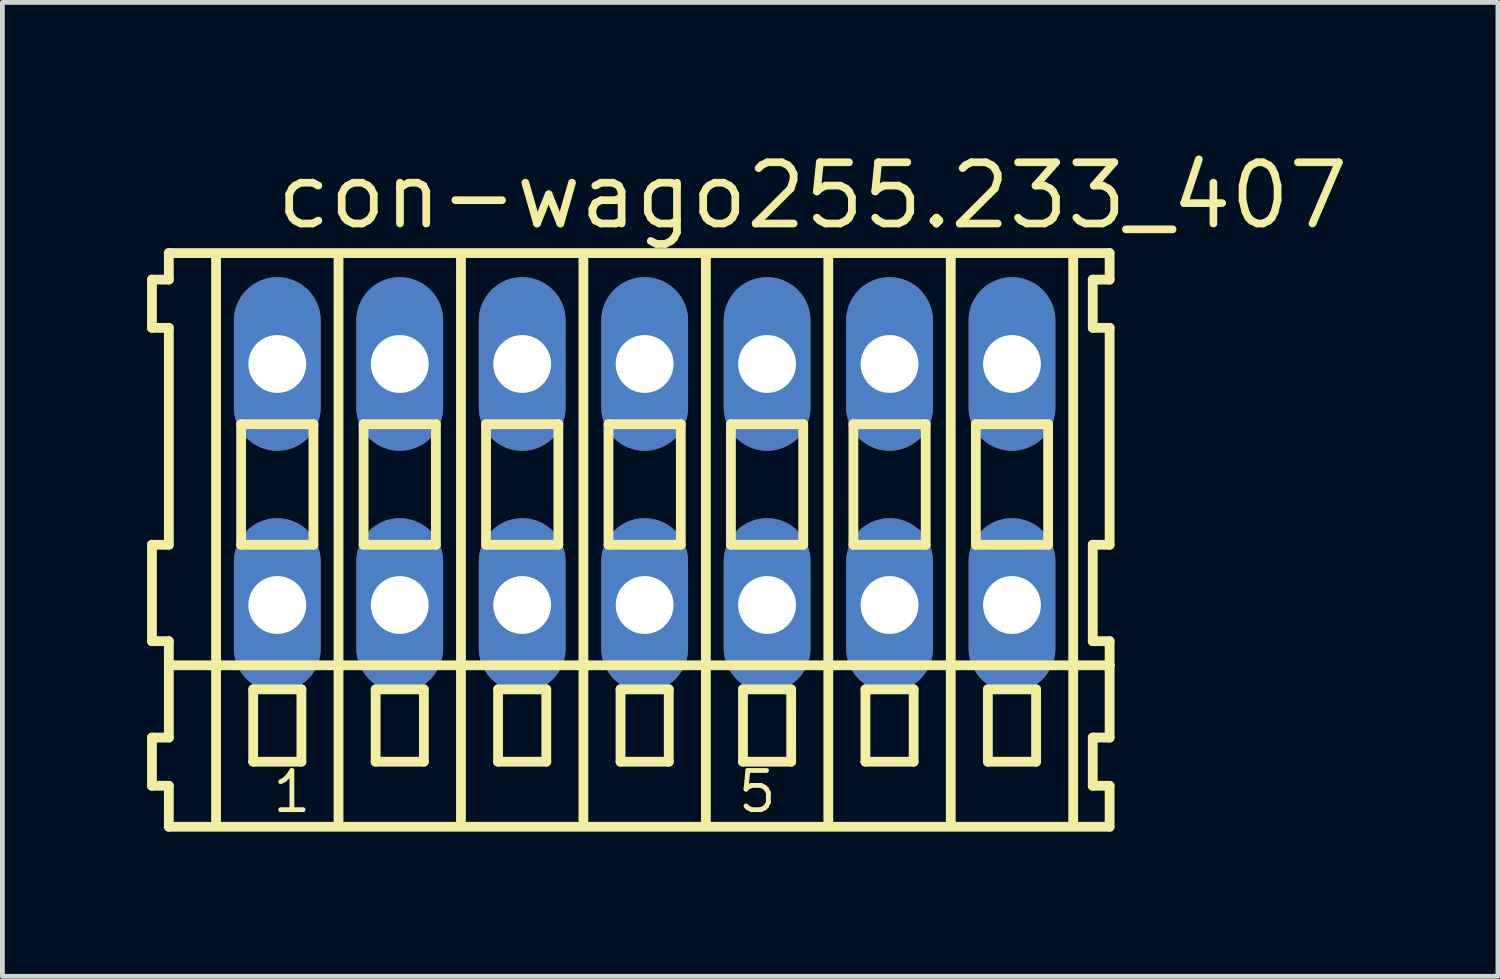
<source format=kicad_pcb>
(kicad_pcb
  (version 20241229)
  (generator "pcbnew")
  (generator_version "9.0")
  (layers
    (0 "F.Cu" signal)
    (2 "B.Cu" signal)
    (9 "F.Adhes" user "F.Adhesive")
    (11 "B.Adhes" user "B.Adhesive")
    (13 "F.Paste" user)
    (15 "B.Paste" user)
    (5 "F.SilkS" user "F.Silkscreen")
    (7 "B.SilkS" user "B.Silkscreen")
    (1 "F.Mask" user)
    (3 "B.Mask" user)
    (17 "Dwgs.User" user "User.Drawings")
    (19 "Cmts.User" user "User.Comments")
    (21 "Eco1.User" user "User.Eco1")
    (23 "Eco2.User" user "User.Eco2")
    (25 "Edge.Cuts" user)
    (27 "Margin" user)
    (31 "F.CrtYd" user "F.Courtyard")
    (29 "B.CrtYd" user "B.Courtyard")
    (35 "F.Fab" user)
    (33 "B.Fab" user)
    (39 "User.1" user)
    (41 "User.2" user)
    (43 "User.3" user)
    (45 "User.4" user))
  (footprint "con-wago255.233_407"
    (layer "F.Cu")
    (at 10.322 7)
    (property "Reference" "con-wago255.233_407" (at -7.72 -5.25 0) (layer "F.SilkS") (effects (font (size 1.27 1.27) (thickness 0.16)) (justify left bottom)))
    (attr through_hole)
    (fp_line (start -10.22 -4.25) (end -10.22 -3.25) (stroke (width 0.203) (type default)) (layer "F.SilkS"))
    (fp_line (start -10.22 -3.25) (end -9.87 -3.25) (stroke (width 0.203) (type default)) (layer "F.SilkS"))
    (fp_line (start -10.22 1.25) (end -10.22 3.25) (stroke (width 0.203) (type default)) (layer "F.SilkS"))
    (fp_line (start -10.22 3.25) (end -9.87 3.25) (stroke (width 0.203) (type default)) (layer "F.SilkS"))
    (fp_line (start -10.22 5.25) (end -10.22 6.25) (stroke (width 0.203) (type default)) (layer "F.SilkS"))
    (fp_line (start -10.22 6.25) (end -9.87 6.25) (stroke (width 0.203) (type default)) (layer "F.SilkS"))
    (fp_line (start -9.87 -4.8) (end -9.87 -4.25) (stroke (width 0.203) (type default)) (layer "F.SilkS"))
    (fp_line (start -9.87 -4.25) (end -10.22 -4.25) (stroke (width 0.203) (type default)) (layer "F.SilkS"))
    (fp_line (start -9.87 -3.25) (end -9.87 1.25) (stroke (width 0.203) (type default)) (layer "F.SilkS"))
    (fp_line (start -9.87 1.25) (end -10.22 1.25) (stroke (width 0.203) (type default)) (layer "F.SilkS"))
    (fp_line (start -9.87 3.25) (end -9.87 5.25) (stroke (width 0.203) (type default)) (layer "F.SilkS"))
    (fp_line (start -9.87 3.75) (end 9.645 3.75) (stroke (width 0.203) (type default)) (layer "F.SilkS"))
    (fp_line (start -9.87 5.25) (end -10.22 5.25) (stroke (width 0.203) (type default)) (layer "F.SilkS"))
    (fp_line (start -9.87 6.25) (end -9.87 7.1) (stroke (width 0.203) (type default)) (layer "F.SilkS"))
    (fp_line (start -9.87 7.1) (end 9.645 7.1) (stroke (width 0.203) (type default)) (layer "F.SilkS"))
    (fp_line (start -8.89 6.985) (end -8.89 -4.699) (stroke (width 0.203) (type default)) (layer "F.SilkS"))
    (fp_line (start -8.37 -1.25) (end -8.37 1.25) (stroke (width 0.203) (type default)) (layer "F.SilkS"))
    (fp_line (start -8.37 1.25) (end -6.87 1.25) (stroke (width 0.203) (type default)) (layer "F.SilkS"))
    (fp_line (start -8.12 4.25) (end -8.12 5.75) (stroke (width 0.203) (type default)) (layer "F.SilkS"))
    (fp_line (start -8.12 5.75) (end -7.12 5.75) (stroke (width 0.203) (type default)) (layer "F.SilkS"))
    (fp_line (start -7.12 4.25) (end -8.12 4.25) (stroke (width 0.203) (type default)) (layer "F.SilkS"))
    (fp_line (start -7.12 5.75) (end -7.12 4.25) (stroke (width 0.203) (type default)) (layer "F.SilkS"))
    (fp_line (start -6.87 -1.25) (end -8.37 -1.25) (stroke (width 0.203) (type default)) (layer "F.SilkS"))
    (fp_line (start -6.87 1.25) (end -6.87 -1.25) (stroke (width 0.203) (type default)) (layer "F.SilkS"))
    (fp_line (start -6.35 6.985) (end -6.35 -4.699) (stroke (width 0.203) (type default)) (layer "F.SilkS"))
    (fp_line (start -5.83 -1.25) (end -5.83 1.25) (stroke (width 0.203) (type default)) (layer "F.SilkS"))
    (fp_line (start -5.83 1.25) (end -4.33 1.25) (stroke (width 0.203) (type default)) (layer "F.SilkS"))
    (fp_line (start -5.58 4.25) (end -5.58 5.75) (stroke (width 0.203) (type default)) (layer "F.SilkS"))
    (fp_line (start -5.58 5.75) (end -4.58 5.75) (stroke (width 0.203) (type default)) (layer "F.SilkS"))
    (fp_line (start -4.58 4.25) (end -5.58 4.25) (stroke (width 0.203) (type default)) (layer "F.SilkS"))
    (fp_line (start -4.58 5.75) (end -4.58 4.25) (stroke (width 0.203) (type default)) (layer "F.SilkS"))
    (fp_line (start -4.33 -1.25) (end -5.83 -1.25) (stroke (width 0.203) (type default)) (layer "F.SilkS"))
    (fp_line (start -4.33 1.25) (end -4.33 -1.25) (stroke (width 0.203) (type default)) (layer "F.SilkS"))
    (fp_line (start -3.81 6.985) (end -3.81 -4.699) (stroke (width 0.203) (type default)) (layer "F.SilkS"))
    (fp_line (start -3.29 -1.25) (end -3.29 1.25) (stroke (width 0.203) (type default)) (layer "F.SilkS"))
    (fp_line (start -3.29 1.25) (end -1.79 1.25) (stroke (width 0.203) (type default)) (layer "F.SilkS"))
    (fp_line (start -3.04 4.25) (end -3.04 5.75) (stroke (width 0.203) (type default)) (layer "F.SilkS"))
    (fp_line (start -3.04 5.75) (end -2.04 5.75) (stroke (width 0.203) (type default)) (layer "F.SilkS"))
    (fp_line (start -2.04 4.25) (end -3.04 4.25) (stroke (width 0.203) (type default)) (layer "F.SilkS"))
    (fp_line (start -2.04 5.75) (end -2.04 4.25) (stroke (width 0.203) (type default)) (layer "F.SilkS"))
    (fp_line (start -1.79 -1.25) (end -3.29 -1.25) (stroke (width 0.203) (type default)) (layer "F.SilkS"))
    (fp_line (start -1.79 1.25) (end -1.79 -1.25) (stroke (width 0.203) (type default)) (layer "F.SilkS"))
    (fp_line (start -1.27 6.985) (end -1.27 -4.699) (stroke (width 0.203) (type default)) (layer "F.SilkS"))
    (fp_line (start -0.75 -1.25) (end -0.75 1.25) (stroke (width 0.203) (type default)) (layer "F.SilkS"))
    (fp_line (start -0.75 1.25) (end 0.75 1.25) (stroke (width 0.203) (type default)) (layer "F.SilkS"))
    (fp_line (start -0.5 4.25) (end -0.5 5.75) (stroke (width 0.203) (type default)) (layer "F.SilkS"))
    (fp_line (start -0.5 5.75) (end 0.5 5.75) (stroke (width 0.203) (type default)) (layer "F.SilkS"))
    (fp_line (start 0.5 4.25) (end -0.5 4.25) (stroke (width 0.203) (type default)) (layer "F.SilkS"))
    (fp_line (start 0.5 5.75) (end 0.5 4.25) (stroke (width 0.203) (type default)) (layer "F.SilkS"))
    (fp_line (start 0.75 -1.25) (end -0.75 -1.25) (stroke (width 0.203) (type default)) (layer "F.SilkS"))
    (fp_line (start 0.75 1.25) (end 0.75 -1.25) (stroke (width 0.203) (type default)) (layer "F.SilkS"))
    (fp_line (start 1.27 6.985) (end 1.27 -4.699) (stroke (width 0.203) (type default)) (layer "F.SilkS"))
    (fp_line (start 1.79 -1.25) (end 1.79 1.25) (stroke (width 0.203) (type default)) (layer "F.SilkS"))
    (fp_line (start 1.79 1.25) (end 3.29 1.25) (stroke (width 0.203) (type default)) (layer "F.SilkS"))
    (fp_line (start 2.04 4.25) (end 2.04 5.75) (stroke (width 0.203) (type default)) (layer "F.SilkS"))
    (fp_line (start 2.04 5.75) (end 3.04 5.75) (stroke (width 0.203) (type default)) (layer "F.SilkS"))
    (fp_line (start 3.04 4.25) (end 2.04 4.25) (stroke (width 0.203) (type default)) (layer "F.SilkS"))
    (fp_line (start 3.04 5.75) (end 3.04 4.25) (stroke (width 0.203) (type default)) (layer "F.SilkS"))
    (fp_line (start 3.29 -1.25) (end 1.79 -1.25) (stroke (width 0.203) (type default)) (layer "F.SilkS"))
    (fp_line (start 3.29 1.25) (end 3.29 -1.25) (stroke (width 0.203) (type default)) (layer "F.SilkS"))
    (fp_line (start 3.81 6.985) (end 3.81 -4.699) (stroke (width 0.203) (type default)) (layer "F.SilkS"))
    (fp_line (start 4.33 -1.25) (end 4.33 1.25) (stroke (width 0.203) (type default)) (layer "F.SilkS"))
    (fp_line (start 4.33 1.25) (end 5.83 1.25) (stroke (width 0.203) (type default)) (layer "F.SilkS"))
    (fp_line (start 4.58 4.25) (end 4.58 5.75) (stroke (width 0.203) (type default)) (layer "F.SilkS"))
    (fp_line (start 4.58 5.75) (end 5.58 5.75) (stroke (width 0.203) (type default)) (layer "F.SilkS"))
    (fp_line (start 5.58 4.25) (end 4.58 4.25) (stroke (width 0.203) (type default)) (layer "F.SilkS"))
    (fp_line (start 5.58 5.75) (end 5.58 4.25) (stroke (width 0.203) (type default)) (layer "F.SilkS"))
    (fp_line (start 5.83 -1.25) (end 4.33 -1.25) (stroke (width 0.203) (type default)) (layer "F.SilkS"))
    (fp_line (start 5.83 1.25) (end 5.83 -1.25) (stroke (width 0.203) (type default)) (layer "F.SilkS"))
    (fp_line (start 6.35 6.985) (end 6.35 -4.699) (stroke (width 0.203) (type default)) (layer "F.SilkS"))
    (fp_line (start 6.87 -1.25) (end 6.87 1.25) (stroke (width 0.203) (type default)) (layer "F.SilkS"))
    (fp_line (start 6.87 1.25) (end 8.37 1.25) (stroke (width 0.203) (type default)) (layer "F.SilkS"))
    (fp_line (start 7.12 4.25) (end 7.12 5.75) (stroke (width 0.203) (type default)) (layer "F.SilkS"))
    (fp_line (start 7.12 5.75) (end 8.12 5.75) (stroke (width 0.203) (type default)) (layer "F.SilkS"))
    (fp_line (start 8.12 4.25) (end 7.12 4.25) (stroke (width 0.203) (type default)) (layer "F.SilkS"))
    (fp_line (start 8.12 5.75) (end 8.12 4.25) (stroke (width 0.203) (type default)) (layer "F.SilkS"))
    (fp_line (start 8.37 -1.25) (end 6.87 -1.25) (stroke (width 0.203) (type default)) (layer "F.SilkS"))
    (fp_line (start 8.37 1.25) (end 8.37 -1.25) (stroke (width 0.203) (type default)) (layer "F.SilkS"))
    (fp_line (start 8.89 6.985) (end 8.89 -4.699) (stroke (width 0.203) (type default)) (layer "F.SilkS"))
    (fp_line (start 9.295 -4.25) (end 9.295 -3.25) (stroke (width 0.203) (type default)) (layer "F.SilkS"))
    (fp_line (start 9.295 -3.25) (end 9.645 -3.25) (stroke (width 0.203) (type default)) (layer "F.SilkS"))
    (fp_line (start 9.295 1.25) (end 9.295 3.25) (stroke (width 0.203) (type default)) (layer "F.SilkS"))
    (fp_line (start 9.295 3.25) (end 9.645 3.25) (stroke (width 0.203) (type default)) (layer "F.SilkS"))
    (fp_line (start 9.295 5.25) (end 9.295 6.25) (stroke (width 0.203) (type default)) (layer "F.SilkS"))
    (fp_line (start 9.295 6.25) (end 9.645 6.25) (stroke (width 0.203) (type default)) (layer "F.SilkS"))
    (fp_line (start 9.645 -4.8) (end -9.87 -4.8) (stroke (width 0.203) (type default)) (layer "F.SilkS"))
    (fp_line (start 9.645 -4.25) (end 9.295 -4.25) (stroke (width 0.203) (type default)) (layer "F.SilkS"))
    (fp_line (start 9.645 -4.25) (end 9.645 -4.8) (stroke (width 0.203) (type default)) (layer "F.SilkS"))
    (fp_line (start 9.645 1.25) (end 9.295 1.25) (stroke (width 0.203) (type default)) (layer "F.SilkS"))
    (fp_line (start 9.645 1.25) (end 9.645 -3.25) (stroke (width 0.203) (type default)) (layer "F.SilkS"))
    (fp_line (start 9.645 3.75) (end 9.645 3.25) (stroke (width 0.203) (type default)) (layer "F.SilkS"))
    (fp_line (start 9.645 5.25) (end 9.295 5.25) (stroke (width 0.203) (type default)) (layer "F.SilkS"))
    (fp_line (start 9.645 5.25) (end 9.645 3.75) (stroke (width 0.203) (type default)) (layer "F.SilkS"))
    (fp_line (start 9.645 7.1) (end 9.645 6.25) (stroke (width 0.203) (type default)) (layer "F.SilkS"))
    (fp_text user "1" (at -7.77 6.85 0) (layer "F.SilkS") (effects (font (size 0.813 0.813) (thickness 0.1)) (justify left bottom)))
    (fp_text user "5" (at 1.882 6.85 0) (layer "F.SilkS") (effects (font (size 0.813 0.813) (thickness 0.1)) (justify left bottom)))
    (pad "A1" thru_hole oval (at -7.62 -2.5 90) (size 3.6 1.8) (drill 1.2) (layers "*.Cu" "*.Mask"))
    (pad "A2" thru_hole oval (at -5.08 -2.5 90) (size 3.6 1.8) (drill 1.2) (layers "*.Cu" "*.Mask"))
    (pad "A3" thru_hole oval (at -2.54 -2.5 90) (size 3.6 1.8) (drill 1.2) (layers "*.Cu" "*.Mask"))
    (pad "A4" thru_hole oval (at 0 -2.5 90) (size 3.6 1.8) (drill 1.2) (layers "*.Cu" "*.Mask"))
    (pad "A5" thru_hole oval (at 2.54 -2.5 90) (size 3.6 1.8) (drill 1.2) (layers "*.Cu" "*.Mask"))
    (pad "A6" thru_hole oval (at 5.08 -2.5 90) (size 3.6 1.8) (drill 1.2) (layers "*.Cu" "*.Mask"))
    (pad "A7" thru_hole oval (at 7.62 -2.5 90) (size 3.6 1.8) (drill 1.2) (layers "*.Cu" "*.Mask"))
    (pad "B1" thru_hole oval (at -7.62 2.5 90) (size 3.6 1.8) (drill 1.2) (layers "*.Cu" "*.Mask"))
    (pad "B2" thru_hole oval (at -5.08 2.5 90) (size 3.6 1.8) (drill 1.2) (layers "*.Cu" "*.Mask"))
    (pad "B3" thru_hole oval (at -2.54 2.5 90) (size 3.6 1.8) (drill 1.2) (layers "*.Cu" "*.Mask"))
    (pad "B4" thru_hole oval (at 0 2.5 90) (size 3.6 1.8) (drill 1.2) (layers "*.Cu" "*.Mask"))
    (pad "B5" thru_hole oval (at 2.54 2.5 90) (size 3.6 1.8) (drill 1.2) (layers "*.Cu" "*.Mask"))
    (pad "B6" thru_hole oval (at 5.08 2.5 90) (size 3.6 1.8) (drill 1.2) (layers "*.Cu" "*.Mask"))
    (pad "B7" thru_hole oval (at 7.62 2.5 90) (size 3.6 1.8) (drill 1.2) (layers "*.Cu" "*.Mask")))
  (gr_rect
    (start -3 -3)
    (end 28.022 17.202)
    (stroke (width 0.1) (type default))
    (fill no)
    (layer "Edge.Cuts")))
</source>
